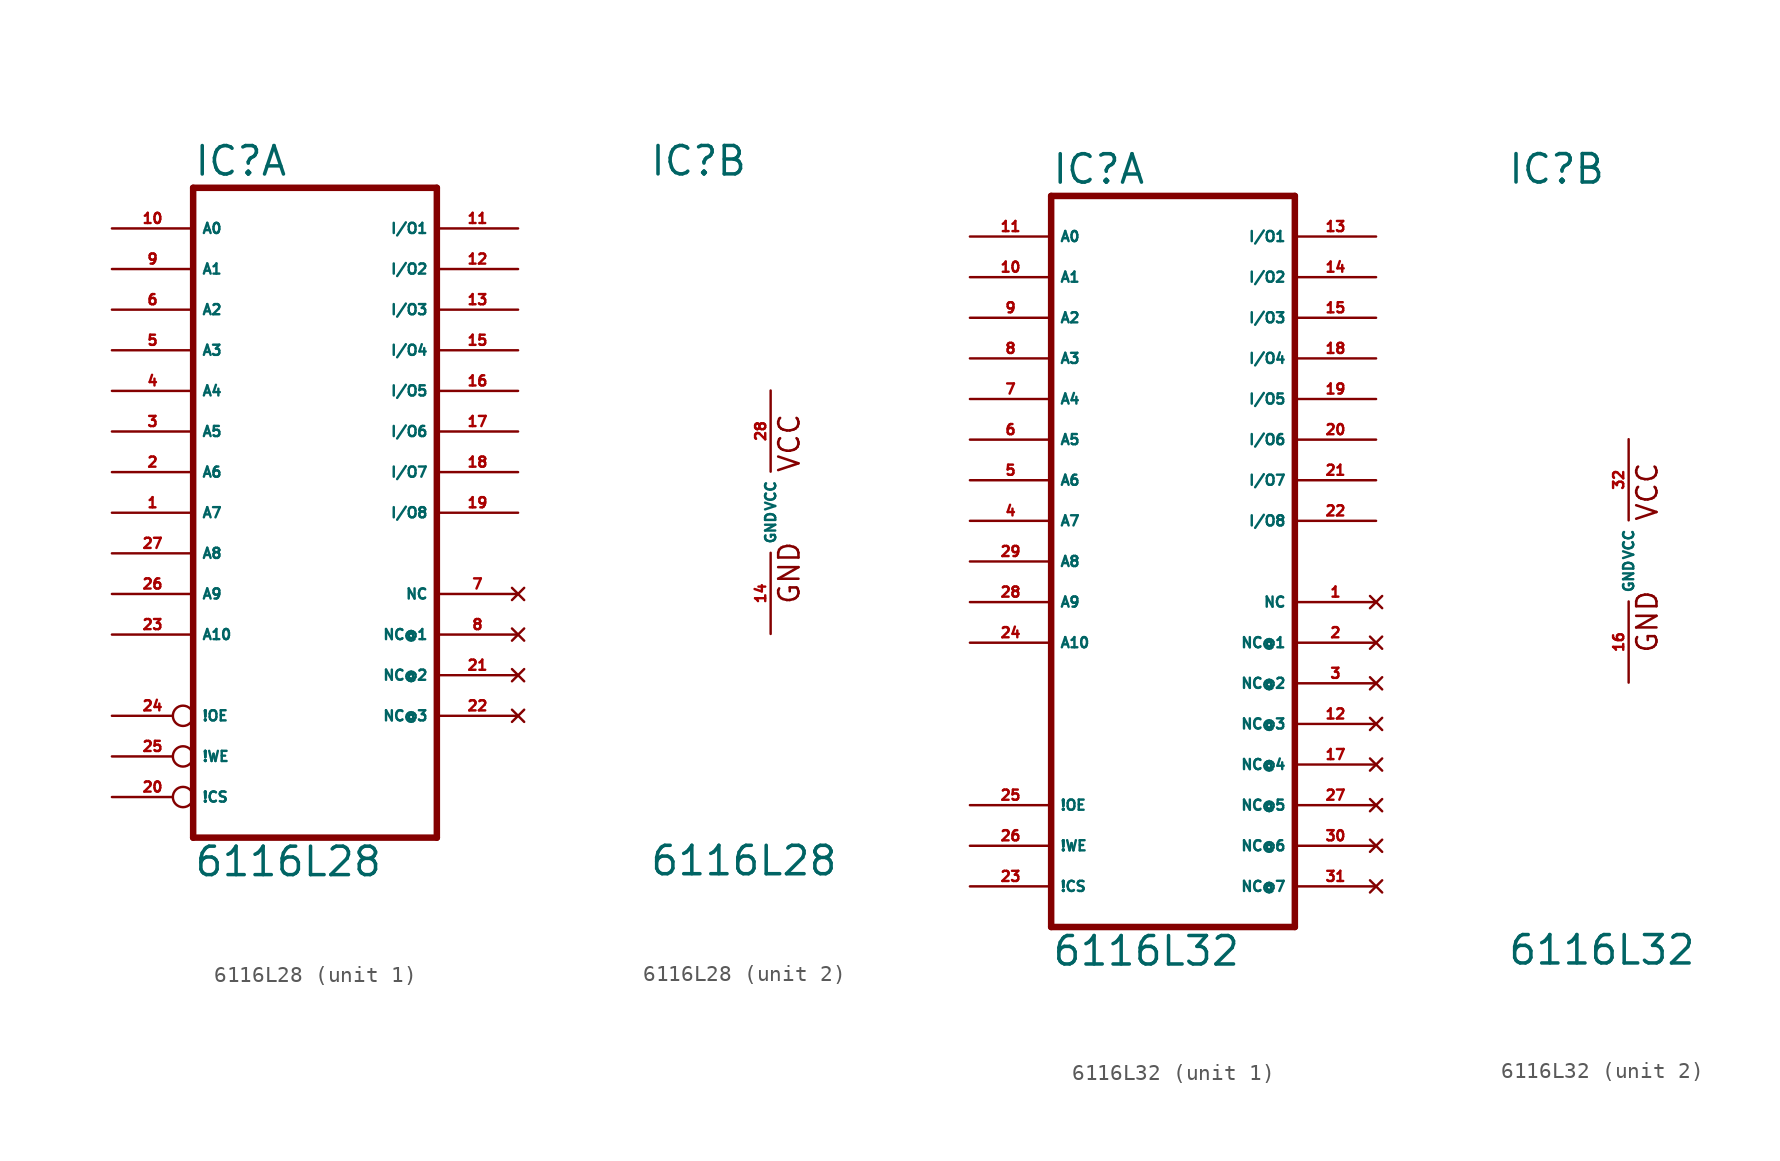
<source format=kicad_sym>
(kicad_symbol_lib
  (version 20220914)
  (generator Eagle2Kicad)
  (symbol "6116L28"
    (property "Reference" "IC"
      (at -7.62 20.955 0)
      (effects (font (size 1.778 1.778) (thickness 0.22)) (justify left bottom)))
    (property "Value" "6116L28"
      (at -7.62 -22.86 0)
      (effects (font (size 1.778 1.778) (thickness 0.22)) (justify left bottom)))
    (symbol "6116L28_1_0"
      (polyline (pts (xy -7.62 -20.32) (xy 7.62 -20.32)) (stroke (width 0.406) (type default)) (fill (type none)))
      (polyline (pts (xy 7.62 -20.32) (xy 7.62 20.32)) (stroke (width 0.406) (type default)) (fill (type none)))
      (polyline (pts (xy 7.62 20.32) (xy -7.62 20.32)) (stroke (width 0.406) (type default)) (fill (type none)))
      (polyline (pts (xy -7.62 20.32) (xy -7.62 -20.32)) (stroke (width 0.406) (type default)) (fill (type none)))
      (pin input line (at -12.7 17.78 0) (length 5.08) (name "A0" (effects (font (size 0.635 0.635) (thickness 0.08)) (justify left bottom))) (number "10" (effects (font (size 0.635 0.635) (thickness 0.08)) (justify left bottom))))
      (pin input line (at -12.7 15.24 0) (length 5.08) (name "A1" (effects (font (size 0.635 0.635) (thickness 0.08)) (justify left bottom))) (number "9" (effects (font (size 0.635 0.635) (thickness 0.08)) (justify left bottom))))
      (pin input line (at -12.7 12.7 0) (length 5.08) (name "A2" (effects (font (size 0.635 0.635) (thickness 0.08)) (justify left bottom))) (number "6" (effects (font (size 0.635 0.635) (thickness 0.08)) (justify left bottom))))
      (pin input line (at -12.7 10.16 0) (length 5.08) (name "A3" (effects (font (size 0.635 0.635) (thickness 0.08)) (justify left bottom))) (number "5" (effects (font (size 0.635 0.635) (thickness 0.08)) (justify left bottom))))
      (pin input line (at -12.7 7.62 0) (length 5.08) (name "A4" (effects (font (size 0.635 0.635) (thickness 0.08)) (justify left bottom))) (number "4" (effects (font (size 0.635 0.635) (thickness 0.08)) (justify left bottom))))
      (pin input line (at -12.7 5.08 0) (length 5.08) (name "A5" (effects (font (size 0.635 0.635) (thickness 0.08)) (justify left bottom))) (number "3" (effects (font (size 0.635 0.635) (thickness 0.08)) (justify left bottom))))
      (pin input line (at -12.7 2.54 0) (length 5.08) (name "A6" (effects (font (size 0.635 0.635) (thickness 0.08)) (justify left bottom))) (number "2" (effects (font (size 0.635 0.635) (thickness 0.08)) (justify left bottom))))
      (pin input line (at -12.7 0 0) (length 5.08) (name "A7" (effects (font (size 0.635 0.635) (thickness 0.08)) (justify left bottom))) (number "1" (effects (font (size 0.635 0.635) (thickness 0.08)) (justify left bottom))))
      (pin input line (at -12.7 -2.54 0) (length 5.08) (name "A8" (effects (font (size 0.635 0.635) (thickness 0.08)) (justify left bottom))) (number "27" (effects (font (size 0.635 0.635) (thickness 0.08)) (justify left bottom))))
      (pin input line (at -12.7 -5.08 0) (length 5.08) (name "A9" (effects (font (size 0.635 0.635) (thickness 0.08)) (justify left bottom))) (number "26" (effects (font (size 0.635 0.635) (thickness 0.08)) (justify left bottom))))
      (pin input line (at -12.7 -7.62 0) (length 5.08) (name "A10" (effects (font (size 0.635 0.635) (thickness 0.08)) (justify left bottom))) (number "23" (effects (font (size 0.635 0.635) (thickness 0.08)) (justify left bottom))))
      (pin input inverted (at -12.7 -12.7 0) (length 5.08) (name "!OE" (effects (font (size 0.635 0.635) (thickness 0.08)) (justify left bottom))) (number "24" (effects (font (size 0.635 0.635) (thickness 0.08)) (justify left bottom))))
      (pin bidirectional line (at 12.7 7.62 180) (length 5.08) (name "I/O5" (effects (font (size 0.635 0.635) (thickness 0.08)) (justify left bottom))) (number "16" (effects (font (size 0.635 0.635) (thickness 0.08)) (justify left bottom))))
      (pin bidirectional line (at 12.7 5.08 180) (length 5.08) (name "I/O6" (effects (font (size 0.635 0.635) (thickness 0.08)) (justify left bottom))) (number "17" (effects (font (size 0.635 0.635) (thickness 0.08)) (justify left bottom))))
      (pin bidirectional line (at 12.7 2.54 180) (length 5.08) (name "I/O7" (effects (font (size 0.635 0.635) (thickness 0.08)) (justify left bottom))) (number "18" (effects (font (size 0.635 0.635) (thickness 0.08)) (justify left bottom))))
      (pin bidirectional line (at 12.7 0 180) (length 5.08) (name "I/O8" (effects (font (size 0.635 0.635) (thickness 0.08)) (justify left bottom))) (number "19" (effects (font (size 0.635 0.635) (thickness 0.08)) (justify left bottom))))
      (pin input inverted (at -12.7 -15.24 0) (length 5.08) (name "!WE" (effects (font (size 0.635 0.635) (thickness 0.08)) (justify left bottom))) (number "25" (effects (font (size 0.635 0.635) (thickness 0.08)) (justify left bottom))))
      (pin input inverted (at -12.7 -17.78 0) (length 5.08) (name "!CS" (effects (font (size 0.635 0.635) (thickness 0.08)) (justify left bottom))) (number "20" (effects (font (size 0.635 0.635) (thickness 0.08)) (justify left bottom))))
      (pin bidirectional line (at 12.7 17.78 180) (length 5.08) (name "I/O1" (effects (font (size 0.635 0.635) (thickness 0.08)) (justify left bottom))) (number "11" (effects (font (size 0.635 0.635) (thickness 0.08)) (justify left bottom))))
      (pin bidirectional line (at 12.7 15.24 180) (length 5.08) (name "I/O2" (effects (font (size 0.635 0.635) (thickness 0.08)) (justify left bottom))) (number "12" (effects (font (size 0.635 0.635) (thickness 0.08)) (justify left bottom))))
      (pin bidirectional line (at 12.7 12.7 180) (length 5.08) (name "I/O3" (effects (font (size 0.635 0.635) (thickness 0.08)) (justify left bottom))) (number "13" (effects (font (size 0.635 0.635) (thickness 0.08)) (justify left bottom))))
      (pin bidirectional line (at 12.7 10.16 180) (length 5.08) (name "I/O4" (effects (font (size 0.635 0.635) (thickness 0.08)) (justify left bottom))) (number "15" (effects (font (size 0.635 0.635) (thickness 0.08)) (justify left bottom))))
      (pin no_connect line (at 12.7 -5.08 180) (length 5.08) (name "NC" (effects (font (size 0.635 0.635) (thickness 0.08)) (justify left bottom) hide)) (number "7" (effects (font (size 0.635 0.635) (thickness 0.08)) (justify left bottom) hide)))
      (pin no_connect line (at 12.7 -7.62 180) (length 5.08) (name "NC@1" (effects (font (size 0.635 0.635) (thickness 0.08)) (justify left bottom) hide)) (number "8" (effects (font (size 0.635 0.635) (thickness 0.08)) (justify left bottom) hide)))
      (pin no_connect line (at 12.7 -10.16 180) (length 5.08) (name "NC@2" (effects (font (size 0.635 0.635) (thickness 0.08)) (justify left bottom) hide)) (number "21" (effects (font (size 0.635 0.635) (thickness 0.08)) (justify left bottom) hide)))
      (pin no_connect line (at 12.7 -12.7 180) (length 5.08) (name "NC@3" (effects (font (size 0.635 0.635) (thickness 0.08)) (justify left bottom) hide)) (number "22" (effects (font (size 0.635 0.635) (thickness 0.08)) (justify left bottom) hide))))
    (symbol "6116L28_2_0"
      (text "GND" (at 1.905 -5.842 900) (effects (font (size 1.27 1.27) (thickness 0.16)) (justify left bottom)))
      (text "VCC" (at 1.905 2.413 900) (effects (font (size 1.27 1.27) (thickness 0.16)) (justify left bottom)))
      (pin unspecified line (at 0 7.62 270) (length 5.08) (name "VCC" (effects (font (size 0.635 0.635) (thickness 0.08)) (justify left bottom))) (number "28" (effects (font (size 0.635 0.635) (thickness 0.08)) (justify left bottom))))
      (pin unspecified line (at 0 -7.62 90) (length 5.08) (name "GND" (effects (font (size 0.635 0.635) (thickness 0.08)) (justify left bottom))) (number "14" (effects (font (size 0.635 0.635) (thickness 0.08)) (justify left bottom))))))
  (symbol "6116L32"
    (property "Reference" "IC"
      (at -7.62 23.495 0)
      (effects (font (size 1.778 1.778) (thickness 0.22)) (justify left bottom)))
    (property "Value" "6116L32"
      (at -7.62 -25.4 0)
      (effects (font (size 1.778 1.778) (thickness 0.22)) (justify left bottom)))
    (symbol "6116L32_1_0"
      (polyline (pts (xy -7.62 -22.86) (xy 7.62 -22.86)) (stroke (width 0.406) (type default)) (fill (type none)))
      (polyline (pts (xy 7.62 -22.86) (xy 7.62 22.86)) (stroke (width 0.406) (type default)) (fill (type none)))
      (polyline (pts (xy 7.62 22.86) (xy -7.62 22.86)) (stroke (width 0.406) (type default)) (fill (type none)))
      (polyline (pts (xy -7.62 22.86) (xy -7.62 -22.86)) (stroke (width 0.406) (type default)) (fill (type none)))
      (pin input line (at -12.7 20.32 0) (length 5.08) (name "A0" (effects (font (size 0.635 0.635) (thickness 0.08)) (justify left bottom))) (number "11" (effects (font (size 0.635 0.635) (thickness 0.08)) (justify left bottom))))
      (pin input line (at -12.7 17.78 0) (length 5.08) (name "A1" (effects (font (size 0.635 0.635) (thickness 0.08)) (justify left bottom))) (number "10" (effects (font (size 0.635 0.635) (thickness 0.08)) (justify left bottom))))
      (pin input line (at -12.7 15.24 0) (length 5.08) (name "A2" (effects (font (size 0.635 0.635) (thickness 0.08)) (justify left bottom))) (number "9" (effects (font (size 0.635 0.635) (thickness 0.08)) (justify left bottom))))
      (pin input line (at -12.7 12.7 0) (length 5.08) (name "A3" (effects (font (size 0.635 0.635) (thickness 0.08)) (justify left bottom))) (number "8" (effects (font (size 0.635 0.635) (thickness 0.08)) (justify left bottom))))
      (pin input line (at -12.7 10.16 0) (length 5.08) (name "A4" (effects (font (size 0.635 0.635) (thickness 0.08)) (justify left bottom))) (number "7" (effects (font (size 0.635 0.635) (thickness 0.08)) (justify left bottom))))
      (pin input line (at -12.7 7.62 0) (length 5.08) (name "A5" (effects (font (size 0.635 0.635) (thickness 0.08)) (justify left bottom))) (number "6" (effects (font (size 0.635 0.635) (thickness 0.08)) (justify left bottom))))
      (pin input line (at -12.7 5.08 0) (length 5.08) (name "A6" (effects (font (size 0.635 0.635) (thickness 0.08)) (justify left bottom))) (number "5" (effects (font (size 0.635 0.635) (thickness 0.08)) (justify left bottom))))
      (pin input line (at -12.7 2.54 0) (length 5.08) (name "A7" (effects (font (size 0.635 0.635) (thickness 0.08)) (justify left bottom))) (number "4" (effects (font (size 0.635 0.635) (thickness 0.08)) (justify left bottom))))
      (pin input line (at -12.7 0 0) (length 5.08) (name "A8" (effects (font (size 0.635 0.635) (thickness 0.08)) (justify left bottom))) (number "29" (effects (font (size 0.635 0.635) (thickness 0.08)) (justify left bottom))))
      (pin input line (at -12.7 -2.54 0) (length 5.08) (name "A9" (effects (font (size 0.635 0.635) (thickness 0.08)) (justify left bottom))) (number "28" (effects (font (size 0.635 0.635) (thickness 0.08)) (justify left bottom))))
      (pin input line (at -12.7 -5.08 0) (length 5.08) (name "A10" (effects (font (size 0.635 0.635) (thickness 0.08)) (justify left bottom))) (number "24" (effects (font (size 0.635 0.635) (thickness 0.08)) (justify left bottom))))
      (pin input line (at -12.7 -15.24 0) (length 5.08) (name "!OE" (effects (font (size 0.635 0.635) (thickness 0.08)) (justify left bottom))) (number "25" (effects (font (size 0.635 0.635) (thickness 0.08)) (justify left bottom))))
      (pin bidirectional line (at 12.7 10.16 180) (length 5.08) (name "I/O5" (effects (font (size 0.635 0.635) (thickness 0.08)) (justify left bottom))) (number "19" (effects (font (size 0.635 0.635) (thickness 0.08)) (justify left bottom))))
      (pin bidirectional line (at 12.7 7.62 180) (length 5.08) (name "I/O6" (effects (font (size 0.635 0.635) (thickness 0.08)) (justify left bottom))) (number "20" (effects (font (size 0.635 0.635) (thickness 0.08)) (justify left bottom))))
      (pin bidirectional line (at 12.7 5.08 180) (length 5.08) (name "I/O7" (effects (font (size 0.635 0.635) (thickness 0.08)) (justify left bottom))) (number "21" (effects (font (size 0.635 0.635) (thickness 0.08)) (justify left bottom))))
      (pin bidirectional line (at 12.7 2.54 180) (length 5.08) (name "I/O8" (effects (font (size 0.635 0.635) (thickness 0.08)) (justify left bottom))) (number "22" (effects (font (size 0.635 0.635) (thickness 0.08)) (justify left bottom))))
      (pin input line (at -12.7 -17.78 0) (length 5.08) (name "!WE" (effects (font (size 0.635 0.635) (thickness 0.08)) (justify left bottom))) (number "26" (effects (font (size 0.635 0.635) (thickness 0.08)) (justify left bottom))))
      (pin input line (at -12.7 -20.32 0) (length 5.08) (name "!CS" (effects (font (size 0.635 0.635) (thickness 0.08)) (justify left bottom))) (number "23" (effects (font (size 0.635 0.635) (thickness 0.08)) (justify left bottom))))
      (pin bidirectional line (at 12.7 20.32 180) (length 5.08) (name "I/O1" (effects (font (size 0.635 0.635) (thickness 0.08)) (justify left bottom))) (number "13" (effects (font (size 0.635 0.635) (thickness 0.08)) (justify left bottom))))
      (pin bidirectional line (at 12.7 17.78 180) (length 5.08) (name "I/O2" (effects (font (size 0.635 0.635) (thickness 0.08)) (justify left bottom))) (number "14" (effects (font (size 0.635 0.635) (thickness 0.08)) (justify left bottom))))
      (pin bidirectional line (at 12.7 15.24 180) (length 5.08) (name "I/O3" (effects (font (size 0.635 0.635) (thickness 0.08)) (justify left bottom))) (number "15" (effects (font (size 0.635 0.635) (thickness 0.08)) (justify left bottom))))
      (pin bidirectional line (at 12.7 12.7 180) (length 5.08) (name "I/O4" (effects (font (size 0.635 0.635) (thickness 0.08)) (justify left bottom))) (number "18" (effects (font (size 0.635 0.635) (thickness 0.08)) (justify left bottom))))
      (pin no_connect line (at 12.7 -2.54 180) (length 5.08) (name "NC" (effects (font (size 0.635 0.635) (thickness 0.08)) (justify left bottom) hide)) (number "1" (effects (font (size 0.635 0.635) (thickness 0.08)) (justify left bottom) hide)))
      (pin no_connect line (at 12.7 -5.08 180) (length 5.08) (name "NC@1" (effects (font (size 0.635 0.635) (thickness 0.08)) (justify left bottom) hide)) (number "2" (effects (font (size 0.635 0.635) (thickness 0.08)) (justify left bottom) hide)))
      (pin no_connect line (at 12.7 -7.62 180) (length 5.08) (name "NC@2" (effects (font (size 0.635 0.635) (thickness 0.08)) (justify left bottom) hide)) (number "3" (effects (font (size 0.635 0.635) (thickness 0.08)) (justify left bottom) hide)))
      (pin no_connect line (at 12.7 -10.16 180) (length 5.08) (name "NC@3" (effects (font (size 0.635 0.635) (thickness 0.08)) (justify left bottom) hide)) (number "12" (effects (font (size 0.635 0.635) (thickness 0.08)) (justify left bottom) hide)))
      (pin no_connect line (at 12.7 -12.7 180) (length 5.08) (name "NC@4" (effects (font (size 0.635 0.635) (thickness 0.08)) (justify left bottom) hide)) (number "17" (effects (font (size 0.635 0.635) (thickness 0.08)) (justify left bottom) hide)))
      (pin no_connect line (at 12.7 -15.24 180) (length 5.08) (name "NC@5" (effects (font (size 0.635 0.635) (thickness 0.08)) (justify left bottom) hide)) (number "27" (effects (font (size 0.635 0.635) (thickness 0.08)) (justify left bottom) hide)))
      (pin no_connect line (at 12.7 -17.78 180) (length 5.08) (name "NC@6" (effects (font (size 0.635 0.635) (thickness 0.08)) (justify left bottom) hide)) (number "30" (effects (font (size 0.635 0.635) (thickness 0.08)) (justify left bottom) hide)))
      (pin no_connect line (at 12.7 -20.32 180) (length 5.08) (name "NC@7" (effects (font (size 0.635 0.635) (thickness 0.08)) (justify left bottom) hide)) (number "31" (effects (font (size 0.635 0.635) (thickness 0.08)) (justify left bottom) hide))))
    (symbol "6116L32_2_0"
      (text "GND" (at 1.905 -5.842 900) (effects (font (size 1.27 1.27) (thickness 0.16)) (justify left bottom)))
      (text "VCC" (at 1.905 2.413 900) (effects (font (size 1.27 1.27) (thickness 0.16)) (justify left bottom)))
      (pin unspecified line (at 0 7.62 270) (length 5.08) (name "VCC" (effects (font (size 0.635 0.635) (thickness 0.08)) (justify left bottom))) (number "32" (effects (font (size 0.635 0.635) (thickness 0.08)) (justify left bottom))))
      (pin unspecified line (at 0 -7.62 90) (length 5.08) (name "GND" (effects (font (size 0.635 0.635) (thickness 0.08)) (justify left bottom))) (number "16" (effects (font (size 0.635 0.635) (thickness 0.08)) (justify left bottom)))))))
</source>
